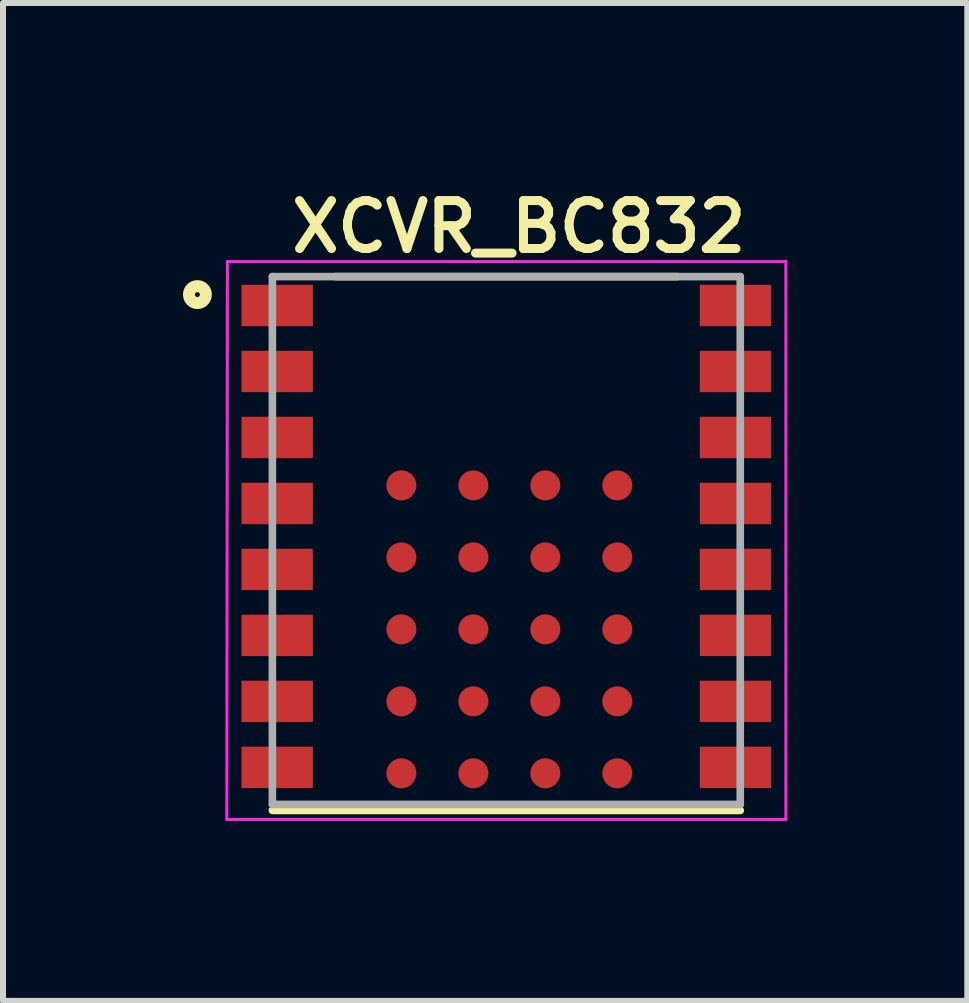
<source format=kicad_pcb>
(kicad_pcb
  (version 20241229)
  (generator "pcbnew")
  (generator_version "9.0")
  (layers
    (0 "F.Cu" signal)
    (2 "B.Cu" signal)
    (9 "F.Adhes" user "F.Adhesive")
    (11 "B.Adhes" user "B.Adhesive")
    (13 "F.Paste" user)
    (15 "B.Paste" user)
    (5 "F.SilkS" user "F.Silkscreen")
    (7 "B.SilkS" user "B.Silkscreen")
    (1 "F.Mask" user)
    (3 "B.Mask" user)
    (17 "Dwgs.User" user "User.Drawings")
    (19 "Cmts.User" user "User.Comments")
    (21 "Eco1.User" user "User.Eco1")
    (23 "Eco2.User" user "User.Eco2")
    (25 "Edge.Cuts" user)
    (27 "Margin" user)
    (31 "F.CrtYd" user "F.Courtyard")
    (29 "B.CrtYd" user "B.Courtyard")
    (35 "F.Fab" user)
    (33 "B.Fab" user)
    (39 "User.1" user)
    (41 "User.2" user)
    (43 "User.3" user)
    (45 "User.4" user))
  (footprint "XCVR_BC832"
    (layer "F.Cu")
    (at 5.391 5.961)
    (property "Reference" "XCVR_BC832" (at 0.21 -5.23 0) (layer "F.SilkS") (effects (font (size 0.8 0.8) (thickness 0.15))))
    (attr through_hole)
    (fp_line (start -3.9 4.5) (end 3.9 4.5) (stroke (width 0.127) (type solid)) (layer "F.SilkS"))
    (fp_line (start -2.85 -4.4) (end 2.85 -4.4) (stroke (width 0.127) (type solid)) (layer "F.SilkS"))
    (fp_circle (center -5.15 -4.1) (end -5.1 -4.08) (stroke (width 0.12) (type solid)) (fill no) (layer "F.SilkS"))
    (fp_circle (center -5.15 -4.1) (end -5.009 -4.1) (stroke (width 0.2) (type solid)) (fill no) (layer "F.SilkS"))
    (fp_poly (pts (xy -3.9 -4.4) (xy -3.9 -4.3) (xy -3.2 -4.3) (xy -3.2 -3.55) (xy -3.9 -3.55) (xy -3.9 -3.2) (xy -3.2 -3.2) (xy -3.2 -2.45) (xy -3.9 -2.45) (xy -3.9 -2.1) (xy -3.2 -2.1) (xy -3.2 -1.35) (xy -3.9 -1.35) (xy -3.9 -1.2) (xy 3.9 -1.2) (xy 3.9 -1.35) (xy 3.2 -1.35) (xy 3.2 -2.1) (xy 3.9 -2.1) (xy 3.9 -2.45) (xy 3.2 -2.45) (xy 3.2 -3.2) (xy 3.9 -3.2) (xy 3.9 -3.55) (xy 3.2 -3.55) (xy 3.2 -4.3) (xy 3.9 -4.3) (xy 3.9 -4.4)) (stroke (width 0.0001) (type solid)) (fill no) (layer "Dwgs.User"))
    (fp_poly (pts (xy -3.9 -4.4) (xy -3.9 -4.3) (xy -3.2 -4.3) (xy -3.2 -3.55) (xy -3.9 -3.55) (xy -3.9 -3.2) (xy -3.2 -3.2) (xy -3.2 -2.45) (xy -3.9 -2.45) (xy -3.9 -2.1) (xy -3.2 -2.1) (xy -3.2 -1.35) (xy -3.9 -1.35) (xy -3.9 -1.2) (xy 3.9 -1.2) (xy 3.9 -1.35) (xy 3.2 -1.35) (xy 3.2 -2.1) (xy 3.9 -2.1) (xy 3.9 -2.45) (xy 3.2 -2.45) (xy 3.2 -3.2) (xy 3.9 -3.2) (xy 3.9 -3.55) (xy 3.2 -3.55) (xy 3.2 -4.3) (xy 3.9 -4.3) (xy 3.9 -4.4)) (stroke (width 0.0001) (type solid)) (fill no) (layer "Dwgs.User"))
    (fp_poly (pts (xy -3.9 -4.4) (xy -3.9 -4.3) (xy -3.2 -4.3) (xy -3.2 -3.55) (xy -3.9 -3.55) (xy -3.9 -3.2) (xy -3.2 -3.2) (xy -3.2 -2.45) (xy -3.9 -2.45) (xy -3.9 -2.1) (xy -3.2 -2.1) (xy -3.2 -1.35) (xy -3.9 -1.35) (xy -3.9 -1.2) (xy 3.9 -1.2) (xy 3.9 -1.35) (xy 3.2 -1.35) (xy 3.2 -2.1) (xy 3.9 -2.1) (xy 3.9 -2.45) (xy 3.2 -2.45) (xy 3.2 -3.2) (xy 3.9 -3.2) (xy 3.9 -3.55) (xy 3.2 -3.55) (xy 3.2 -4.3) (xy 3.9 -4.3) (xy 3.9 -4.4)) (stroke (width 0.0001) (type solid)) (fill no) (layer "Dwgs.User"))
    (fp_line (start -4.66 4.65) (end -4.65 -4.65) (stroke (width 0.05) (type solid)) (layer "F.CrtYd"))
    (fp_line (start -4.65 -4.65) (end 4.66 -4.65) (stroke (width 0.05) (type solid)) (layer "F.CrtYd"))
    (fp_line (start 4.66 -4.65) (end 4.66 4.65) (stroke (width 0.05) (type solid)) (layer "F.CrtYd"))
    (fp_line (start 4.66 4.65) (end -4.66 4.65) (stroke (width 0.05) (type solid)) (layer "F.CrtYd"))
    (fp_line (start -3.9 -4.4) (end -3.9 4.4) (stroke (width 0.127) (type solid)) (layer "F.Fab"))
    (fp_line (start -3.9 -4.4) (end 3.9 -4.4) (stroke (width 0.127) (type solid)) (layer "F.Fab"))
    (fp_line (start 3.9 -4.4) (end 3.9 4.4) (stroke (width 0.127) (type solid)) (layer "F.Fab"))
    (fp_line (start 3.9 4.4) (end -3.9 4.4) (stroke (width 0.127) (type solid)) (layer "F.Fab"))
    (pad "1" smd rect (at -3.82 -3.918) (size 1.19 0.69) (layers "F.Cu" "F.Mask" "F.Paste"))
    (pad "2" smd rect (at -3.82 -2.818) (size 1.19 0.69) (layers "F.Cu" "F.Mask" "F.Paste"))
    (pad "3" smd rect (at -3.82 -1.718) (size 1.19 0.69) (layers "F.Cu" "F.Mask" "F.Paste"))
    (pad "4" smd rect (at -3.82 -0.618) (size 1.19 0.69) (layers "F.Cu" "F.Mask" "F.Paste"))
    (pad "5" smd rect (at -3.82 0.482) (size 1.19 0.69) (layers "F.Cu" "F.Mask" "F.Paste"))
    (pad "6" smd rect (at -3.82 1.582) (size 1.19 0.69) (layers "F.Cu" "F.Mask" "F.Paste"))
    (pad "7" smd rect (at -3.82 2.682) (size 1.19 0.69) (layers "F.Cu" "F.Mask" "F.Paste"))
    (pad "8" smd rect (at -3.82 3.782) (size 1.19 0.69) (layers "F.Cu" "F.Mask" "F.Paste"))
    (pad "9" smd rect (at 3.82 3.782) (size 1.19 0.69) (layers "F.Cu" "F.Mask" "F.Paste"))
    (pad "10" smd rect (at 3.82 2.682) (size 1.19 0.69) (layers "F.Cu" "F.Mask" "F.Paste"))
    (pad "11" smd rect (at 3.82 1.582) (size 1.19 0.69) (layers "F.Cu" "F.Mask" "F.Paste"))
    (pad "12" smd rect (at 3.82 0.482) (size 1.19 0.69) (layers "F.Cu" "F.Mask" "F.Paste"))
    (pad "13" smd rect (at 3.82 -0.618) (size 1.19 0.69) (layers "F.Cu" "F.Mask" "F.Paste"))
    (pad "14" smd rect (at 3.82 -1.718) (size 1.19 0.69) (layers "F.Cu" "F.Mask" "F.Paste"))
    (pad "15" smd rect (at 3.82 -2.818) (size 1.19 0.69) (layers "F.Cu" "F.Mask" "F.Paste"))
    (pad "16" smd rect (at 3.82 -3.918) (size 1.19 0.69) (layers "F.Cu" "F.Mask" "F.Paste"))
    (pad "A1" smd circle (at -1.75 -0.919) (size 0.5 0.5) (layers "F.Cu" "F.Mask" "F.Paste"))
    (pad "A2" smd circle (at -1.75 0.281) (size 0.5 0.5) (layers "F.Cu" "F.Mask" "F.Paste"))
    (pad "A3" smd circle (at -1.75 1.481) (size 0.5 0.5) (layers "F.Cu" "F.Mask" "F.Paste"))
    (pad "A4" smd circle (at -1.75 2.681) (size 0.5 0.5) (layers "F.Cu" "F.Mask" "F.Paste"))
    (pad "A5" smd circle (at -1.75 3.881) (size 0.5 0.5) (layers "F.Cu" "F.Mask" "F.Paste"))
    (pad "B1" smd circle (at -0.55 -0.919) (size 0.5 0.5) (layers "F.Cu" "F.Mask" "F.Paste"))
    (pad "B2" smd circle (at -0.55 0.281) (size 0.5 0.5) (layers "F.Cu" "F.Mask" "F.Paste"))
    (pad "B3" smd circle (at -0.55 1.481) (size 0.5 0.5) (layers "F.Cu" "F.Mask" "F.Paste"))
    (pad "B4" smd circle (at -0.55 2.681) (size 0.5 0.5) (layers "F.Cu" "F.Mask" "F.Paste"))
    (pad "B5" smd circle (at -0.55 3.881) (size 0.5 0.5) (layers "F.Cu" "F.Mask" "F.Paste"))
    (pad "C1" smd circle (at 0.65 -0.919) (size 0.5 0.5) (layers "F.Cu" "F.Mask" "F.Paste"))
    (pad "C2" smd circle (at 0.65 0.281) (size 0.5 0.5) (layers "F.Cu" "F.Mask" "F.Paste"))
    (pad "C3" smd circle (at 0.65 1.481) (size 0.5 0.5) (layers "F.Cu" "F.Mask" "F.Paste"))
    (pad "C4" smd circle (at 0.65 2.681) (size 0.5 0.5) (layers "F.Cu" "F.Mask" "F.Paste"))
    (pad "C5" smd circle (at 0.65 3.881) (size 0.5 0.5) (layers "F.Cu" "F.Mask" "F.Paste"))
    (pad "D1" smd circle (at 1.85 -0.919) (size 0.5 0.5) (layers "F.Cu" "F.Mask" "F.Paste"))
    (pad "D2" smd circle (at 1.85 0.281) (size 0.5 0.5) (layers "F.Cu" "F.Mask" "F.Paste"))
    (pad "D3" smd circle (at 1.85 1.481) (size 0.5 0.5) (layers "F.Cu" "F.Mask" "F.Paste"))
    (pad "D4" smd circle (at 1.85 2.681) (size 0.5 0.5) (layers "F.Cu" "F.Mask" "F.Paste"))
    (pad "D5" smd circle (at 1.85 3.881) (size 0.5 0.5) (layers "F.Cu" "F.Mask" "F.Paste")))
  (gr_rect
    (start -3 -3)
    (end 13.076 13.636)
    (stroke (width 0.1) (type default))
    (fill no)
    (layer "Edge.Cuts")))
</source>
